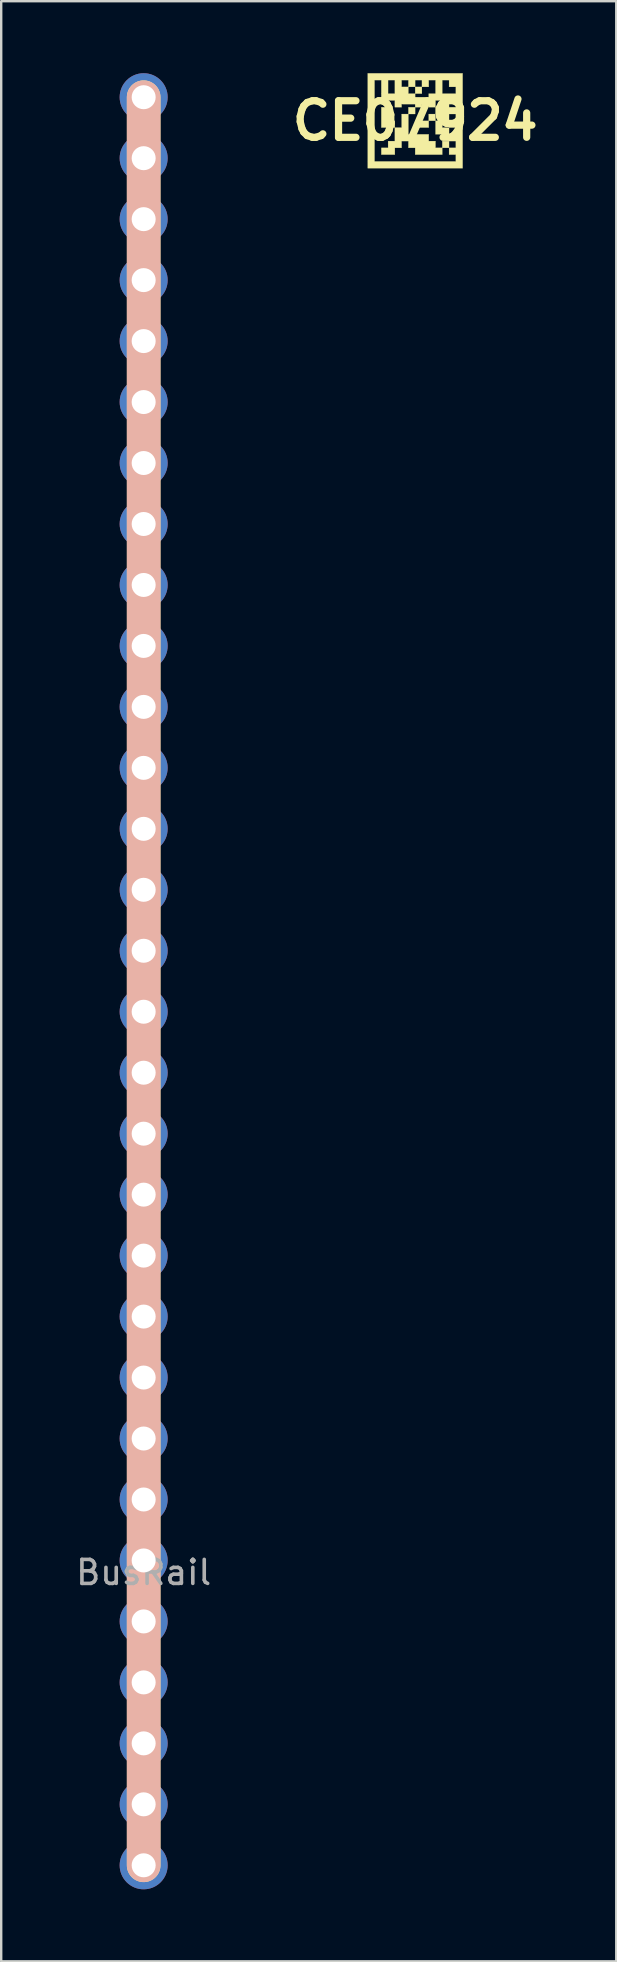
<source format=kicad_pcb>
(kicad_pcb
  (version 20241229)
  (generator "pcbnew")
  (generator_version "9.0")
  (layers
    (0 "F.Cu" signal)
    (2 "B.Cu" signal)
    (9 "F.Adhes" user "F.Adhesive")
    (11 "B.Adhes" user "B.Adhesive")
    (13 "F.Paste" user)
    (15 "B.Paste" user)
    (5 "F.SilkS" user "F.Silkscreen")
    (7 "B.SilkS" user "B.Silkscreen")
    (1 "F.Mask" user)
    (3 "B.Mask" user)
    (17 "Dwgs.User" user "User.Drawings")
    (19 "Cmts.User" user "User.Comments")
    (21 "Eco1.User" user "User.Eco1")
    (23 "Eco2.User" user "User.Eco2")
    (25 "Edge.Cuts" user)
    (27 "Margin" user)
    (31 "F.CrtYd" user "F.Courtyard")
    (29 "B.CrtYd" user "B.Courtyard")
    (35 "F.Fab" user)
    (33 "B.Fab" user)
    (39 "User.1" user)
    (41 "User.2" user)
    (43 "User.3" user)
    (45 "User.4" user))
  (footprint "CE07924"
    (layer "F.Cu")
    (at 14.247 1.981)
    (property "Reference" "CE07924" (at 0 0 0) (layer "F.SilkS") (effects (font (size 1.524 1.524) (thickness 0.3))))
    (attr through_hole)
    (fp_poly (pts (xy -0.003 -0.282) (xy -0.282 -0.282) (xy -0.282 -0.564) (xy -0.003 -0.564) (xy -0.003 -0.282)) (stroke (width 0.01) (type solid)) (fill yes) (layer "F.SilkS"))
    (fp_poly (pts (xy 0.279 -1.13) (xy 0 -1.13) (xy 0 -1.41) (xy 0.279 -1.41) (xy 0.279 -1.13)) (stroke (width 0.01) (type solid)) (fill yes) (layer "F.SilkS"))
    (fp_poly (pts (xy 0.279 -0.564) (xy 0 -0.564) (xy 0 -0.846) (xy 0.279 -0.846) (xy 0.279 -0.564)) (stroke (width 0.01) (type solid)) (fill yes) (layer "F.SilkS"))
    (fp_poly (pts (xy 0.564 0.282) (xy 0 0.282) (xy 0 0.003) (xy 0.564 0.003) (xy 0.564 0.282)) (stroke (width 0.01) (type solid)) (fill yes) (layer "F.SilkS"))
    (fp_poly (pts (xy 0.846 0) (xy 0.564 0) (xy 0.564 -0.279) (xy 0.846 -0.279) (xy 0.846 0)) (stroke (width 0.01) (type solid)) (fill yes) (layer "F.SilkS"))
    (fp_poly (pts (xy 1.41 1.128) (xy 1.13 1.128) (xy 1.13 0.848) (xy 1.41 0.848) (xy 1.41 1.128)) (stroke (width 0.01) (type solid)) (fill yes) (layer "F.SilkS"))
    (fp_poly (pts (xy -1.13 0.003) (xy -0.848 0.003) (xy -0.848 0.282) (xy -1.41 0.282) (xy -1.41 -0.564) (xy -1.13 -0.564) (xy -1.13 0.003)) (stroke (width 0.01) (type solid)) (fill yes) (layer "F.SilkS"))
    (fp_poly (pts (xy 1.128 0.284) (xy 1.41 0.284) (xy 1.41 0.564) (xy 0.848 0.564) (xy 0.848 0.003) (xy 1.128 0.003) (xy 1.128 0.284)) (stroke (width 0.01) (type solid)) (fill yes) (layer "F.SilkS"))
    (fp_poly (pts (xy -0.284 0.566) (xy 0.564 0.566) (xy 0.564 0.848) (xy 0.846 0.848) (xy 0.846 1.13) (xy 1.128 1.13) (xy 1.128 1.41) (xy 0 1.41) (xy 0 1.128) (xy -0.282 1.128) (xy -0.282 0.846) (xy -0.566 0.846) (xy -0.566 1.128) (xy -0.848 1.128) (xy -0.848 1.41) (xy -1.41 1.41) (xy -1.41 1.13) (xy -1.128 1.13) (xy -1.128 0.848) (xy -0.846 0.848) (xy -0.846 0.284) (xy -0.564 0.284) (xy -0.564 -0.279) (xy -0.284 -0.279) (xy -0.284 0.566)) (stroke (width 0.01) (type solid)) (fill yes) (layer "F.SilkS"))
    (fp_poly (pts (xy 1.976 1.976) (xy -1.976 1.976) (xy -1.976 -1.694) (xy -1.694 -1.694) (xy -1.694 1.694) (xy 1.694 1.694) (xy 1.694 1.41) (xy 1.412 1.41) (xy 1.412 1.13) (xy 1.694 1.13) (xy 1.694 0.846) (xy 1.412 0.846) (xy 1.412 0.566) (xy 1.694 0.566) (xy 1.694 0.282) (xy 1.412 0.282) (xy 1.412 0.003) (xy 1.694 0.003) (xy 1.694 -0.282) (xy 1.41 -0.282) (xy 1.41 0) (xy 1.13 0) (xy 1.13 -0.282) (xy 0.848 -0.282) (xy 0.848 -0.564) (xy 1.13 -0.564) (xy 1.13 -0.848) (xy 1.41 -0.848) (xy 1.41 -0.564) (xy 1.694 -0.564) (xy 1.694 -0.848) (xy 1.41 -0.848) (xy 1.13 -0.848) (xy 0.846 -0.848) (xy 0.846 -0.564) (xy 0.564 -0.564) (xy 0.564 -1.128) (xy 0.848 -1.128) (xy 0.848 -1.694) (xy 1.128 -1.694) (xy 1.128 -1.128) (xy 1.694 -1.128) (xy 1.694 -1.412) (xy 1.412 -1.412) (xy 1.412 -1.694) (xy 1.128 -1.694) (xy 0.848 -1.694) (xy 0.564 -1.694) (xy 0.564 -1.412) (xy 0.282 -1.412) (xy 0.282 -1.694) (xy -0.003 -1.694) (xy -0.003 -1.412) (xy -0.282 -1.412) (xy -0.282 -1.694) (xy -0.566 -1.694) (xy -0.566 -1.41) (xy -0.284 -1.41) (xy -0.284 -1.128) (xy -0.003 -1.128) (xy -0.003 -0.848) (xy -0.566 -0.848) (xy -0.566 -0.564) (xy -0.846 -0.564) (xy -0.846 -0.848) (xy -1.41 -0.848) (xy -1.41 -1.694) (xy -1.13 -1.694) (xy -1.13 -1.128) (xy -0.846 -1.128) (xy -0.846 -1.694) (xy -1.13 -1.694) (xy -1.41 -1.694) (xy -1.694 -1.694) (xy -1.976 -1.694) (xy -1.976 -1.976) (xy 1.976 -1.976) (xy 1.976 1.976)) (stroke (width 0.01) (type solid)) (fill yes) (layer "F.SilkS")))
  (footprint "BusRail"
    (layer "F.Cu")
    (at 2.935 1)
    (property "Reference" "BusRail" (at 0 61.46 0) (layer "F.Fab") (effects (font (size 1 1) (thickness 0.15))))
    (attr through_hole)
    (fp_line (start 0 0) (end 0 73.66) (stroke (width 1.4) (type solid)) (layer "F.SilkS"))
    (fp_line (start 0 0) (end 0 73.66) (stroke (width 1.4) (type solid)) (layer "B.SilkS"))
    (pad "1" thru_hole circle (at 0 0) (size 2 2) (drill 1) (layers "*.Cu" "*.Mask"))
    (pad "1" thru_hole circle (at 0 2.54) (size 2 2) (drill 1) (layers "*.Cu" "*.Mask"))
    (pad "1" thru_hole circle (at 0 5.08) (size 2 2) (drill 1) (layers "*.Cu" "*.Mask"))
    (pad "1" thru_hole circle (at 0 7.62) (size 2 2) (drill 1) (layers "*.Cu" "*.Mask"))
    (pad "1" thru_hole circle (at 0 10.16) (size 2 2) (drill 1) (layers "*.Cu" "*.Mask"))
    (pad "1" thru_hole circle (at 0 12.7) (size 2 2) (drill 1) (layers "*.Cu" "*.Mask"))
    (pad "1" thru_hole circle (at 0 15.24) (size 2 2) (drill 1) (layers "*.Cu" "*.Mask"))
    (pad "1" thru_hole circle (at 0 17.78) (size 2 2) (drill 1) (layers "*.Cu" "*.Mask"))
    (pad "1" thru_hole circle (at 0 20.32) (size 2 2) (drill 1) (layers "*.Cu" "*.Mask"))
    (pad "1" thru_hole circle (at 0 22.86) (size 2 2) (drill 1) (layers "*.Cu" "*.Mask"))
    (pad "1" thru_hole circle (at 0 25.4) (size 2 2) (drill 1) (layers "*.Cu" "*.Mask"))
    (pad "1" thru_hole circle (at 0 27.94) (size 2 2) (drill 1) (layers "*.Cu" "*.Mask"))
    (pad "1" thru_hole circle (at 0 30.48) (size 2 2) (drill 1) (layers "*.Cu" "*.Mask"))
    (pad "1" thru_hole circle (at 0 33.02) (size 2 2) (drill 1) (layers "*.Cu" "*.Mask"))
    (pad "1" thru_hole circle (at 0 35.56) (size 2 2) (drill 1) (layers "*.Cu" "*.Mask"))
    (pad "1" thru_hole circle (at 0 38.1) (size 2 2) (drill 1) (layers "*.Cu" "*.Mask"))
    (pad "1" thru_hole circle (at 0 40.64) (size 2 2) (drill 1) (layers "*.Cu" "*.Mask"))
    (pad "1" thru_hole circle (at 0 43.18) (size 2 2) (drill 1) (layers "*.Cu" "*.Mask"))
    (pad "1" thru_hole circle (at 0 45.72) (size 2 2) (drill 1) (layers "*.Cu" "*.Mask"))
    (pad "1" thru_hole circle (at 0 48.26) (size 2 2) (drill 1) (layers "*.Cu" "*.Mask"))
    (pad "1" thru_hole circle (at 0 50.8) (size 2 2) (drill 1) (layers "*.Cu" "*.Mask"))
    (pad "1" thru_hole circle (at 0 53.34) (size 2 2) (drill 1) (layers "*.Cu" "*.Mask"))
    (pad "1" thru_hole circle (at 0 55.88) (size 2 2) (drill 1) (layers "*.Cu" "*.Mask"))
    (pad "1" thru_hole circle (at 0 58.42) (size 2 2) (drill 1) (layers "*.Cu" "*.Mask"))
    (pad "1" thru_hole circle (at 0 60.96) (size 2 2) (drill 1) (layers "*.Cu" "*.Mask"))
    (pad "1" thru_hole circle (at 0 63.5) (size 2 2) (drill 1) (layers "*.Cu" "*.Mask"))
    (pad "1" thru_hole circle (at 0 66.04) (size 2 2) (drill 1) (layers "*.Cu" "*.Mask"))
    (pad "1" thru_hole circle (at 0 68.58) (size 2 2) (drill 1) (layers "*.Cu" "*.Mask"))
    (pad "1" thru_hole circle (at 0 71.12) (size 2 2) (drill 1) (layers "*.Cu" "*.Mask"))
    (pad "1" thru_hole circle (at 0 73.66) (size 2 2) (drill 1) (layers "*.Cu" "*.Mask"))
    (pad "2" smd rect (at 0 36.83) (size 1 73.66) (layers "B.Cu")))
  (gr_rect
    (start -3 -3)
    (end 22.624 78.66)
    (stroke (width 0.1) (type default))
    (fill no)
    (layer "Edge.Cuts")))
</source>
